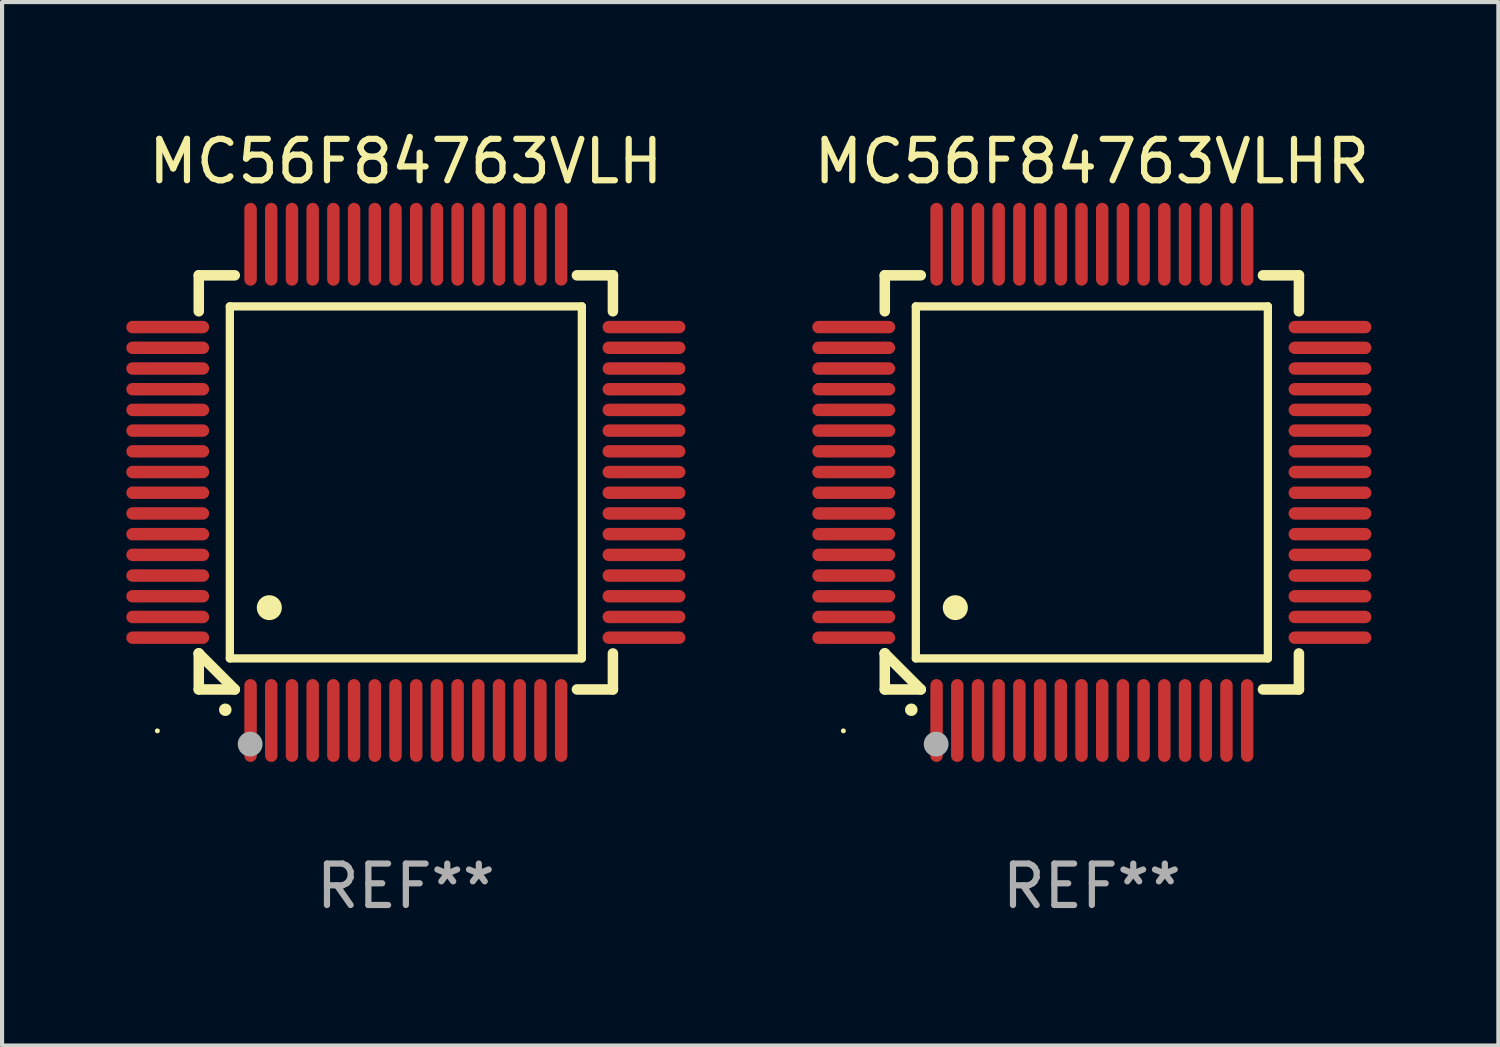
<source format=kicad_pcb>
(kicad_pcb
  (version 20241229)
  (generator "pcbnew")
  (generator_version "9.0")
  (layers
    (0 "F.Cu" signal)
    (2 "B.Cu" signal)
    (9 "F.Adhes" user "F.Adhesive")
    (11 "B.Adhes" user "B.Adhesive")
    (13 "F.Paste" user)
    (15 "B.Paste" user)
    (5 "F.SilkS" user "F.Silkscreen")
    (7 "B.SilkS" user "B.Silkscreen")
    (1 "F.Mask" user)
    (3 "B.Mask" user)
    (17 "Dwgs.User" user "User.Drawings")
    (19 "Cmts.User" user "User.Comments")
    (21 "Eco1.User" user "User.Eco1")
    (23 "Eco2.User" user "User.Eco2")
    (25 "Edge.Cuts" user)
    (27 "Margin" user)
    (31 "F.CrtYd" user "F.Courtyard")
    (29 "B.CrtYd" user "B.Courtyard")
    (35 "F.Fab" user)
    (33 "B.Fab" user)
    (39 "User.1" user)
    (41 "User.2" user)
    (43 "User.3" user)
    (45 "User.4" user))
  (footprint "MC56F84763VLHR"
    (layer "F.Cu")
    (at 23.315 8.598)
    (property "Reference" "MC56F84763VLHR" (at 0 -7.75 0) (layer "F.SilkS") (effects (font (size 1 1) (thickness 0.15))))
    (attr through_hole)
    (fp_line (start -5 -5) (end -4.131 -5) (stroke (width 0.254) (type solid)) (layer "F.SilkS"))
    (fp_line (start -5 -4.131) (end -5 -5) (stroke (width 0.254) (type solid)) (layer "F.SilkS"))
    (fp_line (start -5 4.131) (end -5 4.131) (stroke (width 0.254) (type solid)) (layer "F.SilkS"))
    (fp_line (start -5 5) (end -5 4.131) (stroke (width 0.254) (type solid)) (layer "F.SilkS"))
    (fp_line (start -5 4.131) (end -4.131 5) (stroke (width 0.254) (type solid)) (layer "F.SilkS"))
    (fp_line (start -4.25 -4.25) (end -4.25 4.25) (stroke (width 0.2) (type solid)) (layer "F.SilkS"))
    (fp_line (start -4.25 4.25) (end 4.25 4.25) (stroke (width 0.2) (type solid)) (layer "F.SilkS"))
    (fp_line (start -4.131 5) (end -5 5) (stroke (width 0.254) (type solid)) (layer "F.SilkS"))
    (fp_line (start 4.25 -4.25) (end -4.25 -4.25) (stroke (width 0.2) (type solid)) (layer "F.SilkS"))
    (fp_line (start 4.25 4.25) (end 4.25 -4.25) (stroke (width 0.2) (type solid)) (layer "F.SilkS"))
    (fp_line (start 5 -5) (end 4.131 -5) (stroke (width 0.254) (type solid)) (layer "F.SilkS"))
    (fp_line (start 5 -5) (end 5 -4.131) (stroke (width 0.254) (type solid)) (layer "F.SilkS"))
    (fp_line (start 5 4.131) (end 5 5) (stroke (width 0.254) (type solid)) (layer "F.SilkS"))
    (fp_line (start 5 5) (end 4.131 5) (stroke (width 0.254) (type solid)) (layer "F.SilkS"))
    (fp_arc (start -4.361265 5.489992) (mid -4.359995 5.489987) (end -4.358725 5.489992) (stroke (width 0.3) (type solid)) (layer "F.SilkS"))
    (fp_arc (start -3.299467 3.025146) (mid -3.296927 3.025135) (end -3.294387 3.025146) (stroke (width 0.6) (type solid)) (layer "F.SilkS"))
    (fp_circle (center -6 6) (end -5.97 6) (stroke (width 0.06) (type solid)) (fill no) (layer "F.SilkS"))
    (fp_circle (center -3.76 6.32) (end -3.61 6.32) (stroke (width 0.3) (type solid)) (fill no) (layer "F.Fab"))
    (fp_text user "REF**" (at 0 9.75 0) (layer "F.Fab") (effects (font (size 1 1) (thickness 0.15))))
    (pad "1" smd oval (at -3.75 5.75) (size 0.3 2) (layers "F.Cu" "F.Mask" "F.Paste"))
    (pad "2" smd oval (at -3.25 5.75) (size 0.3 2) (layers "F.Cu" "F.Mask" "F.Paste"))
    (pad "3" smd oval (at -2.75 5.75) (size 0.3 2) (layers "F.Cu" "F.Mask" "F.Paste"))
    (pad "4" smd oval (at -2.25 5.75) (size 0.3 2) (layers "F.Cu" "F.Mask" "F.Paste"))
    (pad "5" smd oval (at -1.75 5.75) (size 0.3 2) (layers "F.Cu" "F.Mask" "F.Paste"))
    (pad "6" smd oval (at -1.25 5.75) (size 0.3 2) (layers "F.Cu" "F.Mask" "F.Paste"))
    (pad "7" smd oval (at -0.75 5.75) (size 0.3 2) (layers "F.Cu" "F.Mask" "F.Paste"))
    (pad "8" smd oval (at -0.25 5.75) (size 0.3 2) (layers "F.Cu" "F.Mask" "F.Paste"))
    (pad "9" smd oval (at 0.25 5.75) (size 0.3 2) (layers "F.Cu" "F.Mask" "F.Paste"))
    (pad "10" smd oval (at 0.75 5.75) (size 0.3 2) (layers "F.Cu" "F.Mask" "F.Paste"))
    (pad "11" smd oval (at 1.25 5.75) (size 0.3 2) (layers "F.Cu" "F.Mask" "F.Paste"))
    (pad "12" smd oval (at 1.75 5.75) (size 0.3 2) (layers "F.Cu" "F.Mask" "F.Paste"))
    (pad "13" smd oval (at 2.25 5.75) (size 0.3 2) (layers "F.Cu" "F.Mask" "F.Paste"))
    (pad "14" smd oval (at 2.75 5.75) (size 0.3 2) (layers "F.Cu" "F.Mask" "F.Paste"))
    (pad "15" smd oval (at 3.25 5.75) (size 0.3 2) (layers "F.Cu" "F.Mask" "F.Paste"))
    (pad "16" smd oval (at 3.75 5.75) (size 0.3 2) (layers "F.Cu" "F.Mask" "F.Paste"))
    (pad "17" smd oval (at 5.75 3.75) (size 2 0.3) (layers "F.Cu" "F.Mask" "F.Paste"))
    (pad "18" smd oval (at 5.75 3.25) (size 2 0.3) (layers "F.Cu" "F.Mask" "F.Paste"))
    (pad "19" smd oval (at 5.75 2.75) (size 2 0.3) (layers "F.Cu" "F.Mask" "F.Paste"))
    (pad "20" smd oval (at 5.75 2.25) (size 2 0.3) (layers "F.Cu" "F.Mask" "F.Paste"))
    (pad "21" smd oval (at 5.75 1.75) (size 2 0.3) (layers "F.Cu" "F.Mask" "F.Paste"))
    (pad "22" smd oval (at 5.75 1.25) (size 2 0.3) (layers "F.Cu" "F.Mask" "F.Paste"))
    (pad "23" smd oval (at 5.75 0.75) (size 2 0.3) (layers "F.Cu" "F.Mask" "F.Paste"))
    (pad "24" smd oval (at 5.75 0.25) (size 2 0.3) (layers "F.Cu" "F.Mask" "F.Paste"))
    (pad "25" smd oval (at 5.75 -0.25) (size 2 0.3) (layers "F.Cu" "F.Mask" "F.Paste"))
    (pad "26" smd oval (at 5.75 -0.75) (size 2 0.3) (layers "F.Cu" "F.Mask" "F.Paste"))
    (pad "27" smd oval (at 5.75 -1.25) (size 2 0.3) (layers "F.Cu" "F.Mask" "F.Paste"))
    (pad "28" smd oval (at 5.75 -1.75) (size 2 0.3) (layers "F.Cu" "F.Mask" "F.Paste"))
    (pad "29" smd oval (at 5.75 -2.25) (size 2 0.3) (layers "F.Cu" "F.Mask" "F.Paste"))
    (pad "30" smd oval (at 5.75 -2.75) (size 2 0.3) (layers "F.Cu" "F.Mask" "F.Paste"))
    (pad "31" smd oval (at 5.75 -3.25) (size 2 0.3) (layers "F.Cu" "F.Mask" "F.Paste"))
    (pad "32" smd oval (at 5.75 -3.75) (size 2 0.3) (layers "F.Cu" "F.Mask" "F.Paste"))
    (pad "33" smd oval (at 3.75 -5.75) (size 0.3 2) (layers "F.Cu" "F.Mask" "F.Paste"))
    (pad "34" smd oval (at 3.25 -5.75) (size 0.3 2) (layers "F.Cu" "F.Mask" "F.Paste"))
    (pad "35" smd oval (at 2.75 -5.75) (size 0.3 2) (layers "F.Cu" "F.Mask" "F.Paste"))
    (pad "36" smd oval (at 2.25 -5.75) (size 0.3 2) (layers "F.Cu" "F.Mask" "F.Paste"))
    (pad "37" smd oval (at 1.75 -5.75) (size 0.3 2) (layers "F.Cu" "F.Mask" "F.Paste"))
    (pad "38" smd oval (at 1.25 -5.75) (size 0.3 2) (layers "F.Cu" "F.Mask" "F.Paste"))
    (pad "39" smd oval (at 0.75 -5.75) (size 0.3 2) (layers "F.Cu" "F.Mask" "F.Paste"))
    (pad "40" smd oval (at 0.25 -5.75) (size 0.3 2) (layers "F.Cu" "F.Mask" "F.Paste"))
    (pad "41" smd oval (at -0.25 -5.75) (size 0.3 2) (layers "F.Cu" "F.Mask" "F.Paste"))
    (pad "42" smd oval (at -0.75 -5.75) (size 0.3 2) (layers "F.Cu" "F.Mask" "F.Paste"))
    (pad "43" smd oval (at -1.25 -5.75) (size 0.3 2) (layers "F.Cu" "F.Mask" "F.Paste"))
    (pad "44" smd oval (at -1.75 -5.75) (size 0.3 2) (layers "F.Cu" "F.Mask" "F.Paste"))
    (pad "45" smd oval (at -2.25 -5.75) (size 0.3 2) (layers "F.Cu" "F.Mask" "F.Paste"))
    (pad "46" smd oval (at -2.75 -5.75) (size 0.3 2) (layers "F.Cu" "F.Mask" "F.Paste"))
    (pad "47" smd oval (at -3.25 -5.75) (size 0.3 2) (layers "F.Cu" "F.Mask" "F.Paste"))
    (pad "48" smd oval (at -3.75 -5.75) (size 0.3 2) (layers "F.Cu" "F.Mask" "F.Paste"))
    (pad "49" smd oval (at -5.75 -3.75) (size 2 0.3) (layers "F.Cu" "F.Mask" "F.Paste"))
    (pad "50" smd oval (at -5.75 -3.25) (size 2 0.3) (layers "F.Cu" "F.Mask" "F.Paste"))
    (pad "51" smd oval (at -5.75 -2.75) (size 2 0.3) (layers "F.Cu" "F.Mask" "F.Paste"))
    (pad "52" smd oval (at -5.75 -2.25) (size 2 0.3) (layers "F.Cu" "F.Mask" "F.Paste"))
    (pad "53" smd oval (at -5.75 -1.75) (size 2 0.3) (layers "F.Cu" "F.Mask" "F.Paste"))
    (pad "54" smd oval (at -5.75 -1.25) (size 2 0.3) (layers "F.Cu" "F.Mask" "F.Paste"))
    (pad "55" smd oval (at -5.75 -0.75) (size 2 0.3) (layers "F.Cu" "F.Mask" "F.Paste"))
    (pad "56" smd oval (at -5.75 -0.25) (size 2 0.3) (layers "F.Cu" "F.Mask" "F.Paste"))
    (pad "57" smd oval (at -5.75 0.25) (size 2 0.3) (layers "F.Cu" "F.Mask" "F.Paste"))
    (pad "58" smd oval (at -5.75 0.75) (size 2 0.3) (layers "F.Cu" "F.Mask" "F.Paste"))
    (pad "59" smd oval (at -5.75 1.25) (size 2 0.3) (layers "F.Cu" "F.Mask" "F.Paste"))
    (pad "60" smd oval (at -5.75 1.75) (size 2 0.3) (layers "F.Cu" "F.Mask" "F.Paste"))
    (pad "61" smd oval (at -5.75 2.25) (size 2 0.3) (layers "F.Cu" "F.Mask" "F.Paste"))
    (pad "62" smd oval (at -5.75 2.75) (size 2 0.3) (layers "F.Cu" "F.Mask" "F.Paste"))
    (pad "63" smd oval (at -5.75 3.25) (size 2 0.3) (layers "F.Cu" "F.Mask" "F.Paste"))
    (pad "64" smd oval (at -5.75 3.75) (size 2 0.3) (layers "F.Cu" "F.Mask" "F.Paste")))
  (footprint "MC56F84763VLH"
    (layer "F.Cu")
    (at 6.75 8.598)
    (property "Reference" "MC56F84763VLH" (at 0 -7.75 0) (layer "F.SilkS") (effects (font (size 1 1) (thickness 0.15))))
    (attr through_hole)
    (fp_line (start -5 -5) (end -4.131 -5) (stroke (width 0.254) (type solid)) (layer "F.SilkS"))
    (fp_line (start -5 -4.131) (end -5 -5) (stroke (width 0.254) (type solid)) (layer "F.SilkS"))
    (fp_line (start -5 4.131) (end -5 4.131) (stroke (width 0.254) (type solid)) (layer "F.SilkS"))
    (fp_line (start -5 5) (end -5 4.131) (stroke (width 0.254) (type solid)) (layer "F.SilkS"))
    (fp_line (start -5 4.131) (end -4.131 5) (stroke (width 0.254) (type solid)) (layer "F.SilkS"))
    (fp_line (start -4.25 -4.25) (end -4.25 4.25) (stroke (width 0.2) (type solid)) (layer "F.SilkS"))
    (fp_line (start -4.25 4.25) (end 4.25 4.25) (stroke (width 0.2) (type solid)) (layer "F.SilkS"))
    (fp_line (start -4.131 5) (end -5 5) (stroke (width 0.254) (type solid)) (layer "F.SilkS"))
    (fp_line (start 4.25 -4.25) (end -4.25 -4.25) (stroke (width 0.2) (type solid)) (layer "F.SilkS"))
    (fp_line (start 4.25 4.25) (end 4.25 -4.25) (stroke (width 0.2) (type solid)) (layer "F.SilkS"))
    (fp_line (start 5 -5) (end 4.131 -5) (stroke (width 0.254) (type solid)) (layer "F.SilkS"))
    (fp_line (start 5 -5) (end 5 -4.131) (stroke (width 0.254) (type solid)) (layer "F.SilkS"))
    (fp_line (start 5 4.131) (end 5 5) (stroke (width 0.254) (type solid)) (layer "F.SilkS"))
    (fp_line (start 5 5) (end 4.131 5) (stroke (width 0.254) (type solid)) (layer "F.SilkS"))
    (fp_arc (start -4.361265 5.489992) (mid -4.359995 5.489987) (end -4.358725 5.489992) (stroke (width 0.3) (type solid)) (layer "F.SilkS"))
    (fp_arc (start -3.299467 3.025146) (mid -3.296927 3.025135) (end -3.294387 3.025146) (stroke (width 0.6) (type solid)) (layer "F.SilkS"))
    (fp_circle (center -6 6) (end -5.97 6) (stroke (width 0.06) (type solid)) (fill no) (layer "F.SilkS"))
    (fp_circle (center -3.76 6.32) (end -3.61 6.32) (stroke (width 0.3) (type solid)) (fill no) (layer "F.Fab"))
    (fp_text user "REF**" (at 0 9.75 0) (layer "F.Fab") (effects (font (size 1 1) (thickness 0.15))))
    (pad "1" smd oval (at -3.75 5.75) (size 0.3 2) (layers "F.Cu" "F.Mask" "F.Paste"))
    (pad "2" smd oval (at -3.25 5.75) (size 0.3 2) (layers "F.Cu" "F.Mask" "F.Paste"))
    (pad "3" smd oval (at -2.75 5.75) (size 0.3 2) (layers "F.Cu" "F.Mask" "F.Paste"))
    (pad "4" smd oval (at -2.25 5.75) (size 0.3 2) (layers "F.Cu" "F.Mask" "F.Paste"))
    (pad "5" smd oval (at -1.75 5.75) (size 0.3 2) (layers "F.Cu" "F.Mask" "F.Paste"))
    (pad "6" smd oval (at -1.25 5.75) (size 0.3 2) (layers "F.Cu" "F.Mask" "F.Paste"))
    (pad "7" smd oval (at -0.75 5.75) (size 0.3 2) (layers "F.Cu" "F.Mask" "F.Paste"))
    (pad "8" smd oval (at -0.25 5.75) (size 0.3 2) (layers "F.Cu" "F.Mask" "F.Paste"))
    (pad "9" smd oval (at 0.25 5.75) (size 0.3 2) (layers "F.Cu" "F.Mask" "F.Paste"))
    (pad "10" smd oval (at 0.75 5.75) (size 0.3 2) (layers "F.Cu" "F.Mask" "F.Paste"))
    (pad "11" smd oval (at 1.25 5.75) (size 0.3 2) (layers "F.Cu" "F.Mask" "F.Paste"))
    (pad "12" smd oval (at 1.75 5.75) (size 0.3 2) (layers "F.Cu" "F.Mask" "F.Paste"))
    (pad "13" smd oval (at 2.25 5.75) (size 0.3 2) (layers "F.Cu" "F.Mask" "F.Paste"))
    (pad "14" smd oval (at 2.75 5.75) (size 0.3 2) (layers "F.Cu" "F.Mask" "F.Paste"))
    (pad "15" smd oval (at 3.25 5.75) (size 0.3 2) (layers "F.Cu" "F.Mask" "F.Paste"))
    (pad "16" smd oval (at 3.75 5.75) (size 0.3 2) (layers "F.Cu" "F.Mask" "F.Paste"))
    (pad "17" smd oval (at 5.75 3.75) (size 2 0.3) (layers "F.Cu" "F.Mask" "F.Paste"))
    (pad "18" smd oval (at 5.75 3.25) (size 2 0.3) (layers "F.Cu" "F.Mask" "F.Paste"))
    (pad "19" smd oval (at 5.75 2.75) (size 2 0.3) (layers "F.Cu" "F.Mask" "F.Paste"))
    (pad "20" smd oval (at 5.75 2.25) (size 2 0.3) (layers "F.Cu" "F.Mask" "F.Paste"))
    (pad "21" smd oval (at 5.75 1.75) (size 2 0.3) (layers "F.Cu" "F.Mask" "F.Paste"))
    (pad "22" smd oval (at 5.75 1.25) (size 2 0.3) (layers "F.Cu" "F.Mask" "F.Paste"))
    (pad "23" smd oval (at 5.75 0.75) (size 2 0.3) (layers "F.Cu" "F.Mask" "F.Paste"))
    (pad "24" smd oval (at 5.75 0.25) (size 2 0.3) (layers "F.Cu" "F.Mask" "F.Paste"))
    (pad "25" smd oval (at 5.75 -0.25) (size 2 0.3) (layers "F.Cu" "F.Mask" "F.Paste"))
    (pad "26" smd oval (at 5.75 -0.75) (size 2 0.3) (layers "F.Cu" "F.Mask" "F.Paste"))
    (pad "27" smd oval (at 5.75 -1.25) (size 2 0.3) (layers "F.Cu" "F.Mask" "F.Paste"))
    (pad "28" smd oval (at 5.75 -1.75) (size 2 0.3) (layers "F.Cu" "F.Mask" "F.Paste"))
    (pad "29" smd oval (at 5.75 -2.25) (size 2 0.3) (layers "F.Cu" "F.Mask" "F.Paste"))
    (pad "30" smd oval (at 5.75 -2.75) (size 2 0.3) (layers "F.Cu" "F.Mask" "F.Paste"))
    (pad "31" smd oval (at 5.75 -3.25) (size 2 0.3) (layers "F.Cu" "F.Mask" "F.Paste"))
    (pad "32" smd oval (at 5.75 -3.75) (size 2 0.3) (layers "F.Cu" "F.Mask" "F.Paste"))
    (pad "33" smd oval (at 3.75 -5.75) (size 0.3 2) (layers "F.Cu" "F.Mask" "F.Paste"))
    (pad "34" smd oval (at 3.25 -5.75) (size 0.3 2) (layers "F.Cu" "F.Mask" "F.Paste"))
    (pad "35" smd oval (at 2.75 -5.75) (size 0.3 2) (layers "F.Cu" "F.Mask" "F.Paste"))
    (pad "36" smd oval (at 2.25 -5.75) (size 0.3 2) (layers "F.Cu" "F.Mask" "F.Paste"))
    (pad "37" smd oval (at 1.75 -5.75) (size 0.3 2) (layers "F.Cu" "F.Mask" "F.Paste"))
    (pad "38" smd oval (at 1.25 -5.75) (size 0.3 2) (layers "F.Cu" "F.Mask" "F.Paste"))
    (pad "39" smd oval (at 0.75 -5.75) (size 0.3 2) (layers "F.Cu" "F.Mask" "F.Paste"))
    (pad "40" smd oval (at 0.25 -5.75) (size 0.3 2) (layers "F.Cu" "F.Mask" "F.Paste"))
    (pad "41" smd oval (at -0.25 -5.75) (size 0.3 2) (layers "F.Cu" "F.Mask" "F.Paste"))
    (pad "42" smd oval (at -0.75 -5.75) (size 0.3 2) (layers "F.Cu" "F.Mask" "F.Paste"))
    (pad "43" smd oval (at -1.25 -5.75) (size 0.3 2) (layers "F.Cu" "F.Mask" "F.Paste"))
    (pad "44" smd oval (at -1.75 -5.75) (size 0.3 2) (layers "F.Cu" "F.Mask" "F.Paste"))
    (pad "45" smd oval (at -2.25 -5.75) (size 0.3 2) (layers "F.Cu" "F.Mask" "F.Paste"))
    (pad "46" smd oval (at -2.75 -5.75) (size 0.3 2) (layers "F.Cu" "F.Mask" "F.Paste"))
    (pad "47" smd oval (at -3.25 -5.75) (size 0.3 2) (layers "F.Cu" "F.Mask" "F.Paste"))
    (pad "48" smd oval (at -3.75 -5.75) (size 0.3 2) (layers "F.Cu" "F.Mask" "F.Paste"))
    (pad "49" smd oval (at -5.75 -3.75) (size 2 0.3) (layers "F.Cu" "F.Mask" "F.Paste"))
    (pad "50" smd oval (at -5.75 -3.25) (size 2 0.3) (layers "F.Cu" "F.Mask" "F.Paste"))
    (pad "51" smd oval (at -5.75 -2.75) (size 2 0.3) (layers "F.Cu" "F.Mask" "F.Paste"))
    (pad "52" smd oval (at -5.75 -2.25) (size 2 0.3) (layers "F.Cu" "F.Mask" "F.Paste"))
    (pad "53" smd oval (at -5.75 -1.75) (size 2 0.3) (layers "F.Cu" "F.Mask" "F.Paste"))
    (pad "54" smd oval (at -5.75 -1.25) (size 2 0.3) (layers "F.Cu" "F.Mask" "F.Paste"))
    (pad "55" smd oval (at -5.75 -0.75) (size 2 0.3) (layers "F.Cu" "F.Mask" "F.Paste"))
    (pad "56" smd oval (at -5.75 -0.25) (size 2 0.3) (layers "F.Cu" "F.Mask" "F.Paste"))
    (pad "57" smd oval (at -5.75 0.25) (size 2 0.3) (layers "F.Cu" "F.Mask" "F.Paste"))
    (pad "58" smd oval (at -5.75 0.75) (size 2 0.3) (layers "F.Cu" "F.Mask" "F.Paste"))
    (pad "59" smd oval (at -5.75 1.25) (size 2 0.3) (layers "F.Cu" "F.Mask" "F.Paste"))
    (pad "60" smd oval (at -5.75 1.75) (size 2 0.3) (layers "F.Cu" "F.Mask" "F.Paste"))
    (pad "61" smd oval (at -5.75 2.25) (size 2 0.3) (layers "F.Cu" "F.Mask" "F.Paste"))
    (pad "62" smd oval (at -5.75 2.75) (size 2 0.3) (layers "F.Cu" "F.Mask" "F.Paste"))
    (pad "63" smd oval (at -5.75 3.25) (size 2 0.3) (layers "F.Cu" "F.Mask" "F.Paste"))
    (pad "64" smd oval (at -5.75 3.75) (size 2 0.3) (layers "F.Cu" "F.Mask" "F.Paste")))
  (gr_rect
    (start -3 -3)
    (end 33.131 22.196)
    (stroke (width 0.1) (type default))
    (fill no)
    (layer "Edge.Cuts")))
</source>
